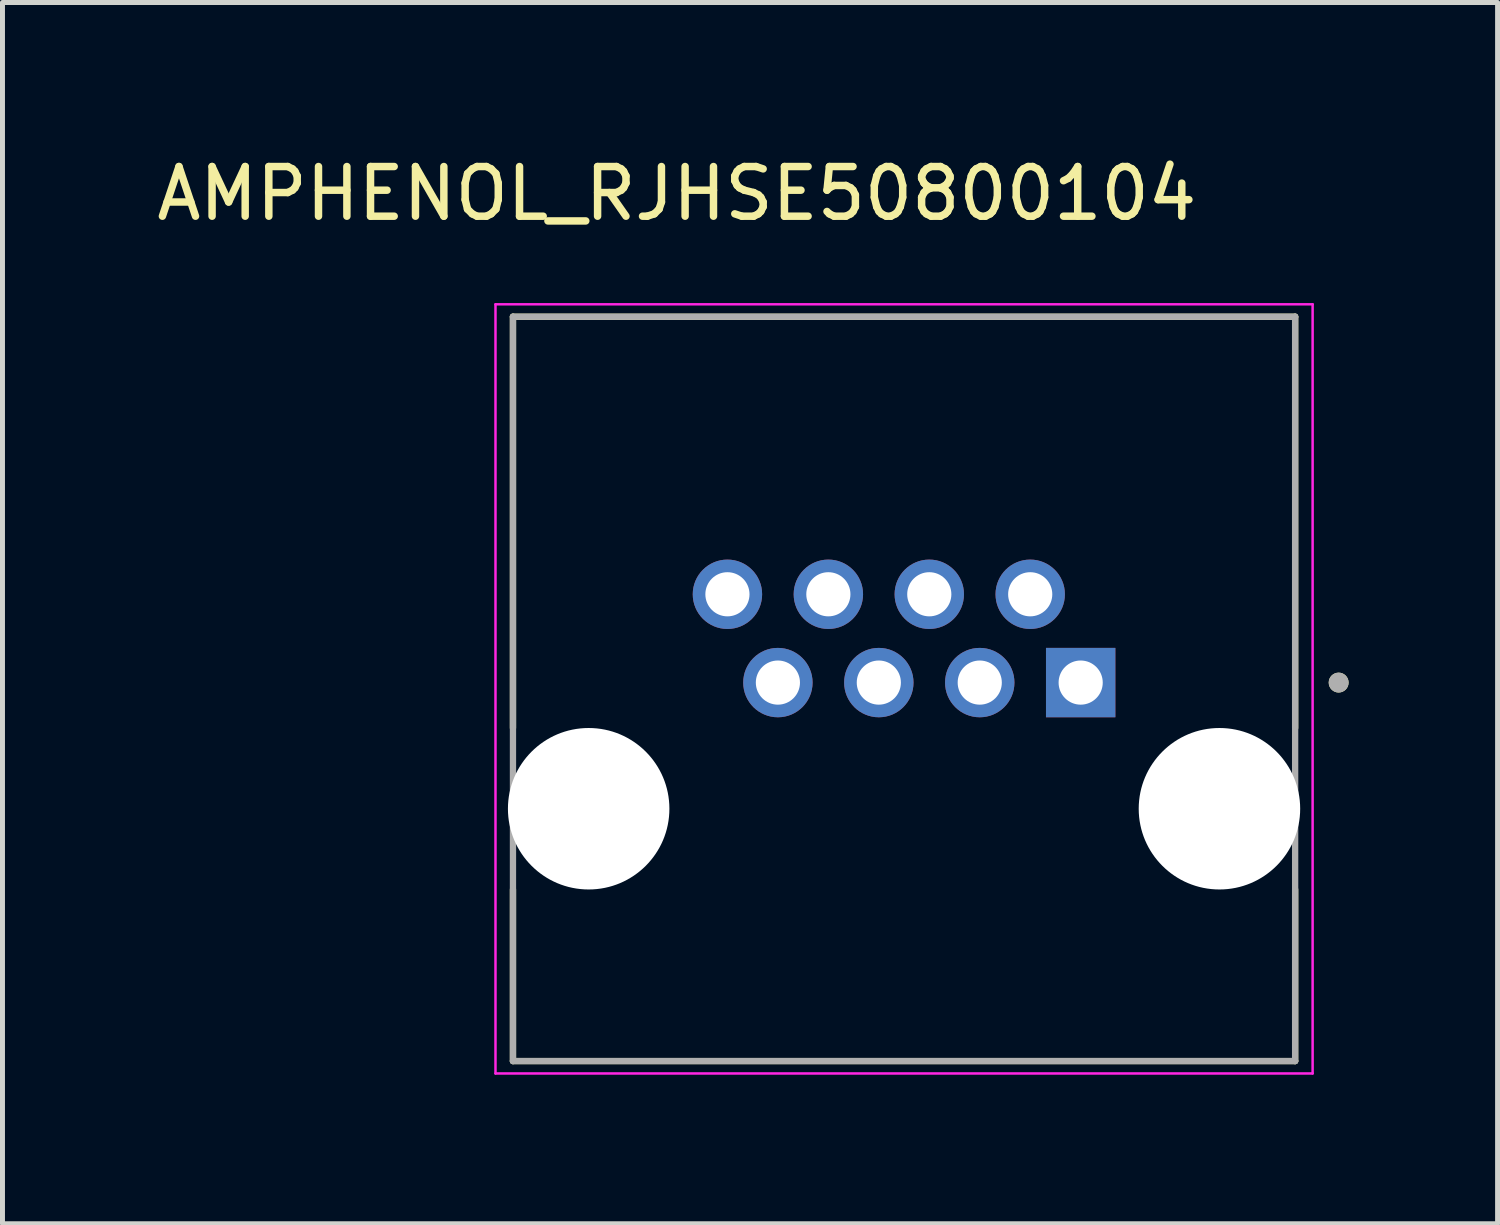
<source format=kicad_pcb>
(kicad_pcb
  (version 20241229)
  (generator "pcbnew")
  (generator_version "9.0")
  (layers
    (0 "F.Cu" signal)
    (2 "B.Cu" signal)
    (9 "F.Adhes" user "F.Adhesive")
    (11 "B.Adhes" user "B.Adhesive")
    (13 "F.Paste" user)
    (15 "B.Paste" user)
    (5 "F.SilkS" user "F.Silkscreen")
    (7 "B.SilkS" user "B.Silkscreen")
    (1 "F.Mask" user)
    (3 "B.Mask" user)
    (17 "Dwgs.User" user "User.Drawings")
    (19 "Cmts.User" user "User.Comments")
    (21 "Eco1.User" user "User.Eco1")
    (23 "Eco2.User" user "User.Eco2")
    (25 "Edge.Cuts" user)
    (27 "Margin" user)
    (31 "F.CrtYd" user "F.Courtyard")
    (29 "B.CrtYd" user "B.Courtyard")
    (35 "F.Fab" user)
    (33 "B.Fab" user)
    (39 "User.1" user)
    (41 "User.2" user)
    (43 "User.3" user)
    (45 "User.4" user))
  (footprint "AMPHENOL_RJHSE50800104"
    (layer "F.Cu")
    (at 15.152 13.233)
    (property "Reference" "AMPHENOL_RJHSE50800104" (at -4.575 -12.385 0) (layer "F.SilkS") (effects (font (size 1 1) (thickness 0.15))))
    (attr through_hole)
    (fp_line (start -7.874 -9.906) (end 7.874 -9.906) (stroke (width 0.127) (type solid)) (layer "F.SilkS"))
    (fp_line (start -7.874 -1.626) (end -7.874 -9.906) (stroke (width 0.127) (type solid)) (layer "F.SilkS"))
    (fp_line (start -7.874 1.626) (end -7.874 5.08) (stroke (width 0.127) (type solid)) (layer "F.SilkS"))
    (fp_line (start -7.874 5.08) (end 7.874 5.08) (stroke (width 0.127) (type solid)) (layer "F.SilkS"))
    (fp_line (start 7.874 -9.906) (end 7.874 -1.626) (stroke (width 0.127) (type solid)) (layer "F.SilkS"))
    (fp_line (start 7.874 5.08) (end 7.874 1.626) (stroke (width 0.127) (type solid)) (layer "F.SilkS"))
    (fp_circle (center 8.75 -2.54) (end 8.85 -2.54) (stroke (width 0.2) (type solid)) (fill no) (layer "F.SilkS"))
    (fp_line (start -8.226 -10.156) (end -8.226 5.33) (stroke (width 0.05) (type solid)) (layer "F.CrtYd"))
    (fp_line (start -8.226 5.33) (end 8.226 5.33) (stroke (width 0.05) (type solid)) (layer "F.CrtYd"))
    (fp_line (start 8.226 -10.156) (end -8.226 -10.156) (stroke (width 0.05) (type solid)) (layer "F.CrtYd"))
    (fp_line (start 8.226 5.33) (end 8.226 -10.156) (stroke (width 0.05) (type solid)) (layer "F.CrtYd"))
    (fp_line (start -7.874 -9.906) (end -7.874 5.08) (stroke (width 0.127) (type solid)) (layer "F.Fab"))
    (fp_line (start -7.874 5.08) (end 7.874 5.08) (stroke (width 0.127) (type solid)) (layer "F.Fab"))
    (fp_line (start 7.874 -9.906) (end -7.874 -9.906) (stroke (width 0.127) (type solid)) (layer "F.Fab"))
    (fp_line (start 7.874 5.08) (end 7.874 -9.906) (stroke (width 0.127) (type solid)) (layer "F.Fab"))
    (fp_circle (center 8.75 -2.54) (end 8.85 -2.54) (stroke (width 0.2) (type solid)) (fill no) (layer "F.Fab"))
    (pad "" np_thru_hole circle (at -6.35 0) (size 3.251 3.251) (drill 3.251) (layers "*.Cu" "*.Mask"))
    (pad "" np_thru_hole circle (at 6.35 0) (size 3.251 3.251) (drill 3.251) (layers "*.Cu" "*.Mask"))
    (pad "1" thru_hole rect (at 3.556 -2.54) (size 1.397 1.397) (drill 0.889) (layers "*.Cu" "*.Mask"))
    (pad "2" thru_hole circle (at 2.54 -4.318) (size 1.397 1.397) (drill 0.889) (layers "*.Cu" "*.Mask"))
    (pad "3" thru_hole circle (at 1.524 -2.54) (size 1.397 1.397) (drill 0.889) (layers "*.Cu" "*.Mask"))
    (pad "4" thru_hole circle (at 0.508 -4.318) (size 1.397 1.397) (drill 0.889) (layers "*.Cu" "*.Mask"))
    (pad "5" thru_hole circle (at -0.508 -2.54) (size 1.397 1.397) (drill 0.889) (layers "*.Cu" "*.Mask"))
    (pad "6" thru_hole circle (at -1.524 -4.318) (size 1.397 1.397) (drill 0.889) (layers "*.Cu" "*.Mask"))
    (pad "7" thru_hole circle (at -2.54 -2.54) (size 1.397 1.397) (drill 0.889) (layers "*.Cu" "*.Mask"))
    (pad "8" thru_hole circle (at -3.556 -4.318) (size 1.397 1.397) (drill 0.889) (layers "*.Cu" "*.Mask")))
  (gr_rect
    (start -3 -3)
    (end 27.102 21.588)
    (stroke (width 0.1) (type default))
    (fill no)
    (layer "Edge.Cuts")))
</source>
